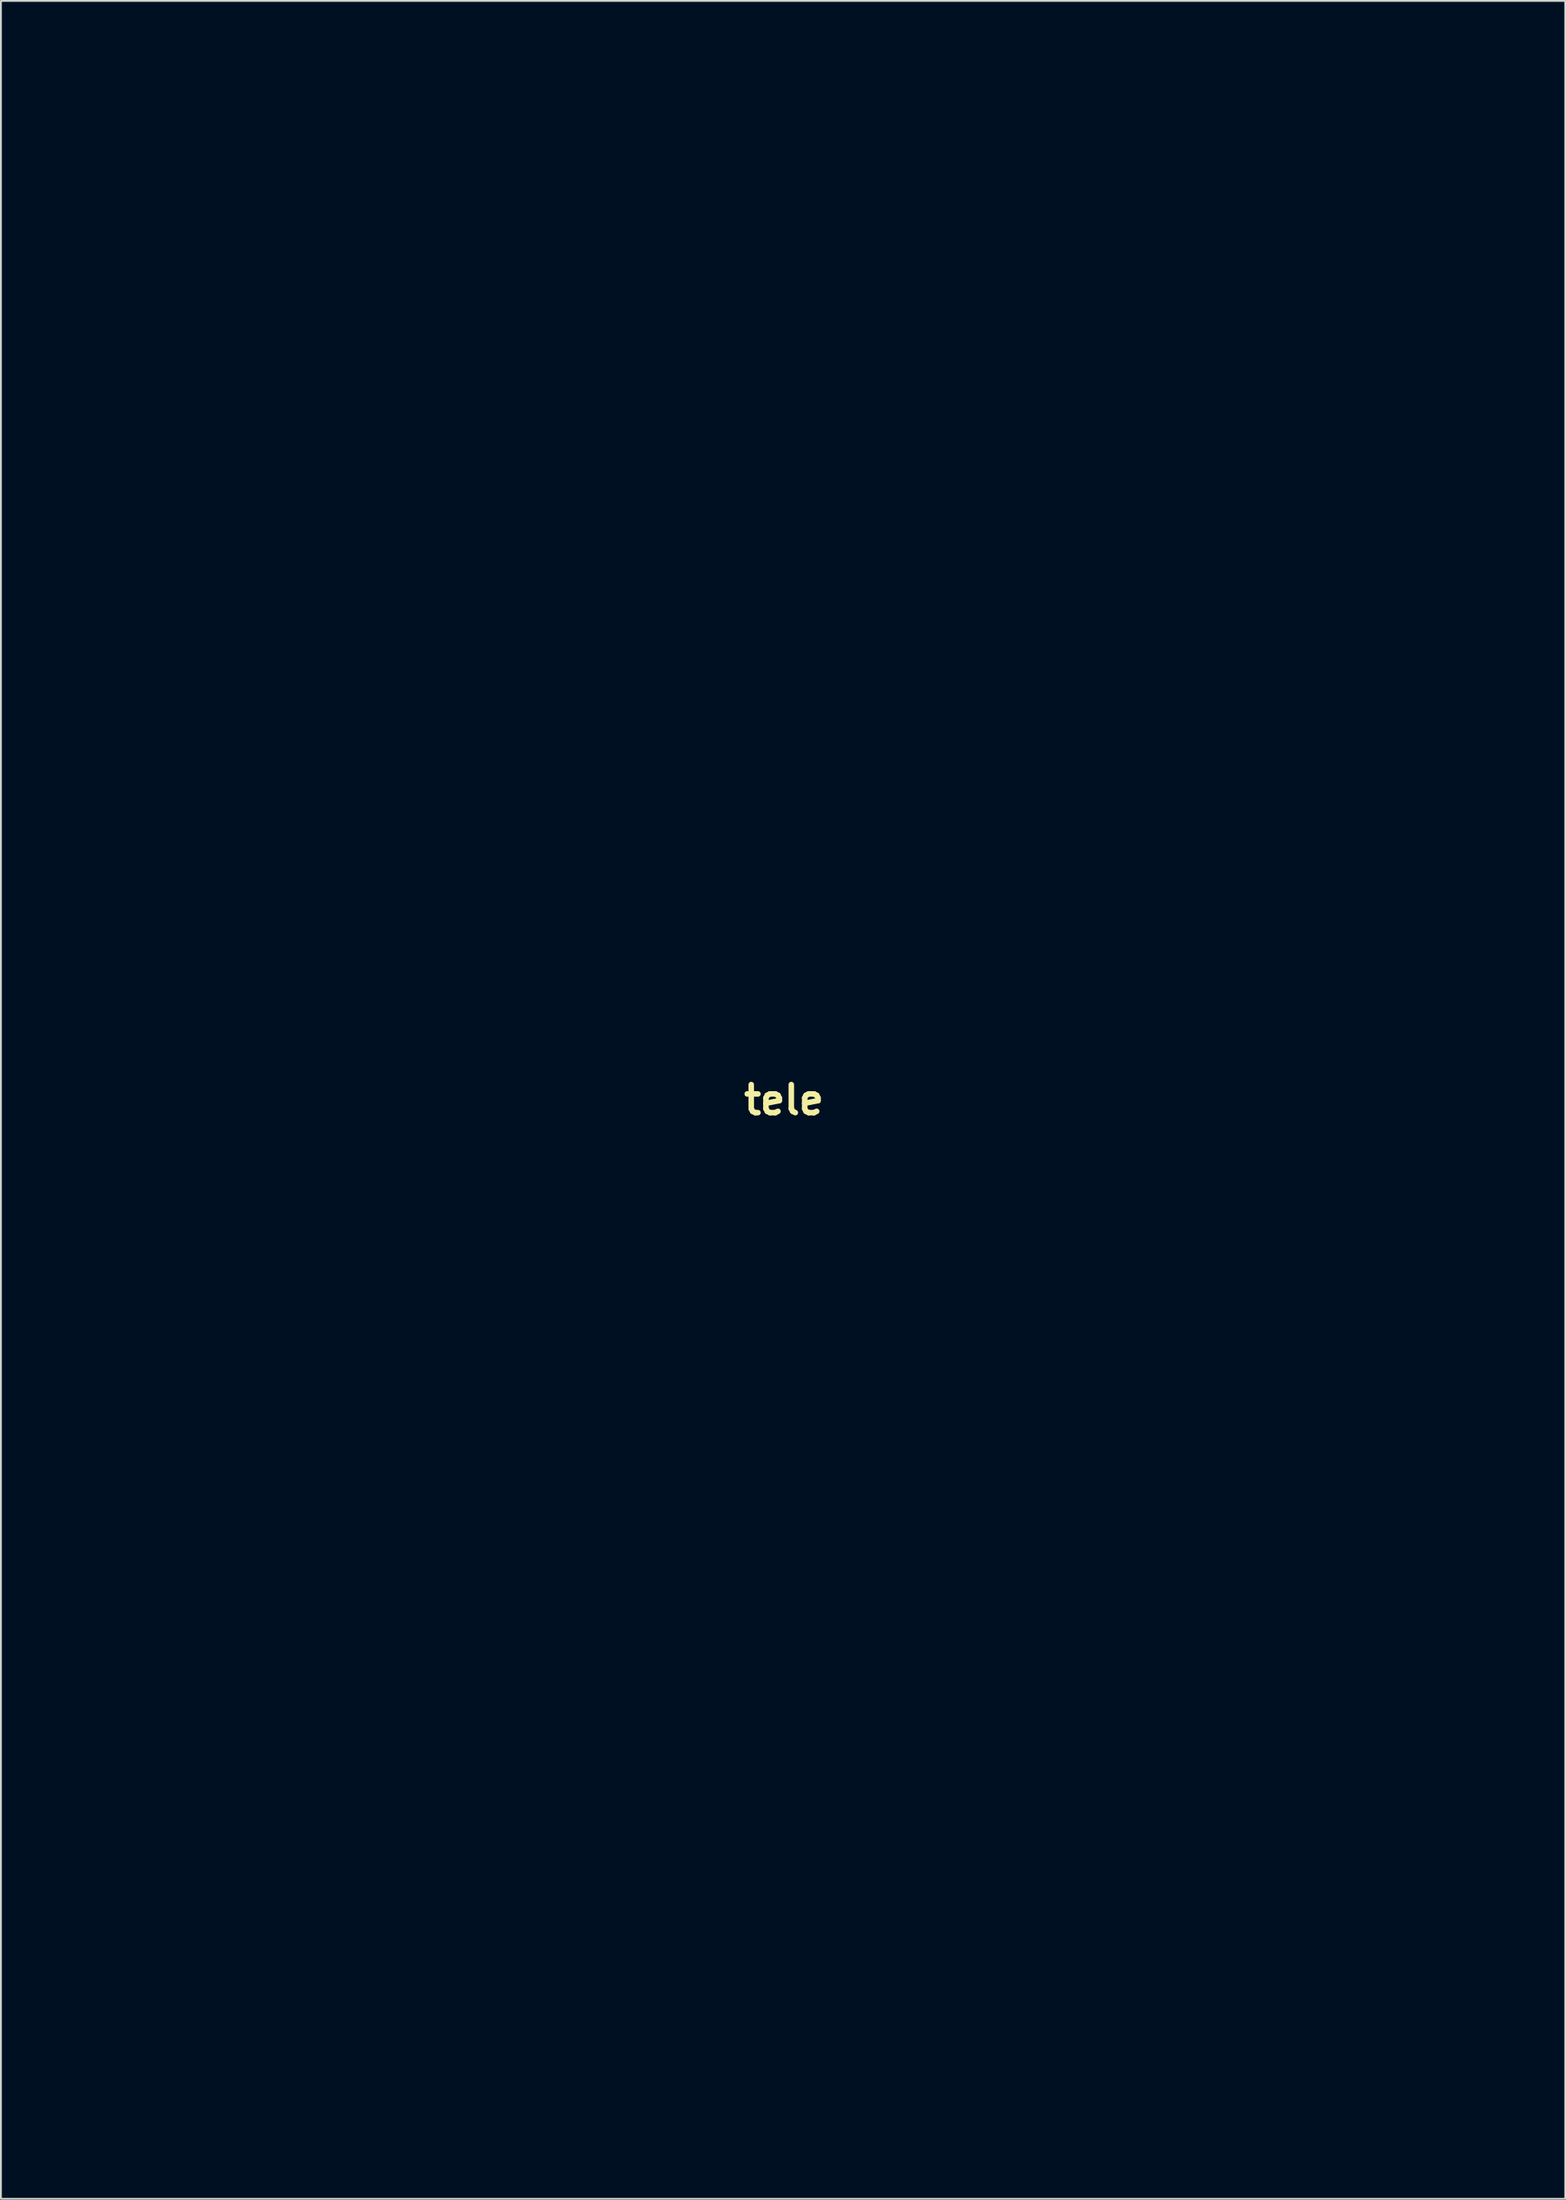
<source format=kicad_pcb>
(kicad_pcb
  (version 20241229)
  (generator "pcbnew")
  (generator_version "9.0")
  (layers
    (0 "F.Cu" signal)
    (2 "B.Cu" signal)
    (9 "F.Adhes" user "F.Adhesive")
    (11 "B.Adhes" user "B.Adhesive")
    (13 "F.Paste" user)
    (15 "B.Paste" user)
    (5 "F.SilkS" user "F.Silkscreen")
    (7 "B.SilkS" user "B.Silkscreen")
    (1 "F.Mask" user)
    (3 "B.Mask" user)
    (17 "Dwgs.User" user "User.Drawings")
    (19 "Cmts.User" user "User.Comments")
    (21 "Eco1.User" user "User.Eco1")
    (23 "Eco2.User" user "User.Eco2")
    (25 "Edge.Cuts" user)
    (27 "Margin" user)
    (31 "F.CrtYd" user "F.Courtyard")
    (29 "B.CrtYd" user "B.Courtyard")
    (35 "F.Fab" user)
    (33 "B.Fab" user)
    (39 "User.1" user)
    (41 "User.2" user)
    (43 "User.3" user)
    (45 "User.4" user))
  (footprint "tele"
    (layer "F.Cu")
    (at 39.548 56.681)
    (property "Reference" "tele" (at 0 0 0) (layer "F.SilkS") (effects (font (size 1.524 1.524) (thickness 0.3))))
    (attr through_hole)
    (fp_poly (pts (xy -1.022 -9.979) (xy -0.535 -9.625) (xy -0.134 -9.043) (xy 0 -8.556) (xy -0.186 -7.978) (xy -0.628 -7.402) (xy -1.151 -7.025) (xy -1.404 -6.973) (xy -1.954 -7.079) (xy -2.139 -7.137) (xy -2.776 -7.596) (xy -3.165 -8.301) (xy -3.2 -8.544) (xy -2.141 -8.544) (xy -1.955 -8.194) (xy -1.568 -8.085) (xy -1.253 -8.349) (xy -1.203 -8.574) (xy -1.425 -8.936) (xy -1.671 -9.04) (xy -2.046 -8.925) (xy -2.141 -8.544) (xy -3.2 -8.544) (xy -3.208 -8.607) (xy -2.984 -9.232) (xy -2.446 -9.807) (xy -1.795 -10.138) (xy -1.604 -10.16) (xy -1.022 -9.979)) (stroke (width 0.01) (type solid)) (fill no) (layer "Eco2.User"))
    (fp_poly (pts (xy -8.28 -56.439) (xy -7.405 -55.787) (xy -6.989 -55.078) (xy -6.903 -54.658) (xy -6.99 -54.151) (xy -7.287 -53.435) (xy -7.818 -52.412) (xy -8.902 -50.415) (xy -7.48 -49.142) (xy -6.658 -48.453) (xy -6.113 -48.124) (xy -5.773 -48.114) (xy -5.719 -48.151) (xy -5.17 -48.372) (xy -4.895 -48.382) (xy -4.428 -48.36) (xy -4.27 -48.457) (xy -4.453 -48.73) (xy -5.005 -49.238) (xy -5.619 -49.755) (xy -6.556 -50.563) (xy -7.131 -51.156) (xy -7.409 -51.639) (xy -7.427 -51.832) (xy -6.818 -51.832) (xy -5.882 -51.011) (xy -5.06 -50.288) (xy -4.214 -49.541) (xy -4.057 -49.401) (xy -2.418 -47.997) (xy -1.11 -46.993) (xy -0.12 -46.38) (xy 0.535 -46.151) (xy 1.225 -45.997) (xy 1.668 -45.79) (xy 2.998 -44.742) (xy 4.273 -43.754) (xy 5.424 -42.879) (xy 6.381 -42.168) (xy 7.074 -41.674) (xy 7.434 -41.45) (xy 7.462 -41.442) (xy 7.782 -41.623) (xy 8.073 -41.91) (xy 8.42 -42.356) (xy 8.557 -42.732) (xy 8.441 -43.123) (xy 8.026 -43.615) (xy 7.269 -44.292) (xy 6.489 -44.94) (xy 5.299 -45.954) (xy 4.039 -47.082) (xy 2.904 -48.151) (xy 2.406 -48.645) (xy 1.456 -49.555) (xy 0.247 -50.63) (xy -1.049 -51.717) (xy -1.984 -52.458) (xy -3.093 -53.302) (xy -3.867 -53.858) (xy -4.391 -54.168) (xy -4.748 -54.276) (xy -5.024 -54.224) (xy -5.219 -54.114) (xy -5.731 -53.624) (xy -6.236 -52.914) (xy -6.311 -52.782) (xy -6.818 -51.832) (xy -7.427 -51.832) (xy -7.455 -52.117) (xy -7.375 -52.545) (xy -7.099 -53.097) (xy -6.577 -53.788) (xy -5.936 -54.481) (xy -5.307 -55.041) (xy -4.818 -55.331) (xy -4.73 -55.345) (xy -4.381 -55.18) (xy -3.712 -54.729) (xy -2.804 -54.059) (xy -1.741 -53.236) (xy -0.604 -52.325) (xy 0.525 -51.394) (xy 1.564 -50.509) (xy 2.43 -49.736) (xy 3.041 -49.141) (xy 3.24 -48.913) (xy 3.721 -48.39) (xy 4.519 -47.644) (xy 5.524 -46.772) (xy 6.624 -45.873) (xy 6.648 -45.854) (xy 7.906 -44.828) (xy 8.757 -44.028) (xy 9.237 -43.382) (xy 9.385 -42.817) (xy 9.235 -42.261) (xy 8.827 -41.641) (xy 8.802 -41.61) (xy 8.348 -41.068) (xy 7.945 -40.746) (xy 7.511 -40.666) (xy 6.961 -40.847) (xy 6.213 -41.312) (xy 5.182 -42.079) (xy 4.393 -42.695) (xy 3.008 -43.769) (xy 1.972 -44.538) (xy 1.219 -45.039) (xy 0.684 -45.308) (xy 0.302 -45.379) (xy 0.01 -45.288) (xy -0.133 -45.186) (xy -0.402 -44.88) (xy -0.286 -44.563) (xy -0.108 -44.355) (xy 0.174 -43.824) (xy 0.173 -43.452) (xy 0.248 -43.149) (xy 0.667 -42.658) (xy 1.464 -41.946) (xy 2.673 -40.978) (xy 2.747 -40.92) (xy 4.01 -39.932) (xy 5.334 -38.878) (xy 6.548 -37.896) (xy 7.353 -37.23) (xy 8.605 -36.186) (xy 10.056 -34.99) (xy 11.597 -33.731) (xy 13.12 -32.498) (xy 14.514 -31.379) (xy 15.671 -30.462) (xy 16.196 -30.053) (xy 16.805 -29.575) (xy 17.773 -28.802) (xy 19.043 -27.78) (xy 20.561 -26.553) (xy 22.271 -25.168) (xy 24.119 -23.668) (xy 26.048 -22.099) (xy 28.005 -20.505) (xy 29.933 -18.932) (xy 31.777 -17.425) (xy 33.483 -16.028) (xy 34.995 -14.787) (xy 36.257 -13.747) (xy 37.214 -12.952) (xy 37.792 -12.464) (xy 38.579 -11.774) (xy 39.115 -11.207) (xy 39.403 -10.666) (xy 39.446 -10.054) (xy 39.246 -9.274) (xy 38.805 -8.229) (xy 38.125 -6.822) (xy 37.943 -6.451) (xy 37.164 -4.962) (xy 36.426 -3.789) (xy 35.594 -2.738) (xy 34.664 -1.75) (xy 33.519 -0.665) (xy 32.322 0.35) (xy 31.163 1.229) (xy 30.134 1.906) (xy 29.325 2.315) (xy 28.935 2.406) (xy 28.635 2.243) (xy 27.96 1.775) (xy 27.545 1.471) (xy 28.608 1.471) (xy 28.742 1.604) (xy 28.876 1.471) (xy 28.742 1.337) (xy 28.608 1.471) (xy 27.545 1.471) (xy 26.95 1.033) (xy 25.646 0.047) (xy 24.089 -1.151) (xy 22.318 -2.529) (xy 20.376 -4.058) (xy 18.302 -5.705) (xy 17.399 -6.427) (xy 14.792 -8.508) (xy 12.574 -10.267) (xy 10.718 -11.722) (xy 9.202 -12.891) (xy 8 -13.792) (xy 7.088 -14.445) (xy 6.441 -14.866) (xy 6.036 -15.075) (xy 5.87 -15.102) (xy 5.3 -15.127) (xy 4.684 -15.395) (xy 4.441 -15.532) (xy 7.505 -15.532) (xy 7.709 -15.314) (xy 8.253 -14.836) (xy 9.056 -14.166) (xy 10.037 -13.373) (xy 10.112 -13.314) (xy 10.934 -12.657) (xy 12.104 -11.719) (xy 13.553 -10.555) (xy 15.213 -9.22) (xy 17.016 -7.768) (xy 18.894 -6.254) (xy 20.454 -4.996) (xy 22.451 -3.395) (xy 24.204 -2.012) (xy 25.684 -0.871) (xy 26.86 0.008) (xy 27.704 0.601) (xy 28.187 0.889) (xy 28.294 0.899) (xy 28.594 0.634) (xy 29.14 0.535) (xy 29.722 0.628) (xy 30 0.833) (xy 30.235 0.805) (xy 30.787 0.492) (xy 31.566 -0.05) (xy 32.17 -0.514) (xy 33.112 -1.276) (xy 33.686 -1.792) (xy 33.952 -2.134) (xy 33.97 -2.379) (xy 33.831 -2.569) (xy 33.463 -3.074) (xy 33.566 -3.491) (xy 33.833 -3.753) (xy 34.262 -3.953) (xy 34.555 -3.785) (xy 34.944 -3.511) (xy 35.076 -3.476) (xy 35.355 -3.695) (xy 35.805 -4.279) (xy 36.355 -5.114) (xy 36.934 -6.088) (xy 37.471 -7.088) (xy 37.805 -7.791) (xy 38.153 -8.612) (xy 38.286 -9.049) (xy 38.215 -9.2) (xy 37.98 -9.172) (xy 37.451 -9.222) (xy 37.228 -9.654) (xy 37.299 -10.162) (xy 37.633 -10.62) (xy 38.1 -10.617) (xy 38.498 -10.227) (xy 38.714 -9.92) (xy 38.735 -10.098) (xy 38.708 -10.29) (xy 38.648 -10.452) (xy 38.491 -10.677) (xy 38.206 -10.989) (xy 37.766 -11.412) (xy 37.141 -11.972) (xy 36.303 -12.692) (xy 35.221 -13.598) (xy 33.868 -14.714) (xy 32.213 -16.065) (xy 30.229 -17.675) (xy 27.885 -19.569) (xy 25.154 -21.771) (xy 25.077 -21.833) (xy 23.39 -23.181) (xy 21.828 -24.406) (xy 20.441 -25.472) (xy 19.28 -26.34) (xy 18.393 -26.975) (xy 17.831 -27.337) (xy 17.649 -27.407) (xy 17.397 -27.159) (xy 16.862 -26.573) (xy 16.098 -25.709) (xy 15.156 -24.631) (xy 14.092 -23.4) (xy 12.957 -22.079) (xy 11.804 -20.73) (xy 10.688 -19.415) (xy 9.661 -18.196) (xy 8.776 -17.136) (xy 8.086 -16.297) (xy 7.645 -15.74) (xy 7.505 -15.532) (xy 4.441 -15.532) (xy 4.171 -15.684) (xy 3.825 -15.651) (xy 3.474 -15.372) (xy 3.155 -15.126) (xy 2.86 -15.099) (xy 2.443 -15.335) (xy 1.765 -15.872) (xy 1.084 -16.398) (xy 0.56 -16.745) (xy 0.356 -16.829) (xy 0.058 -16.628) (xy -0.386 -16.153) (xy -0.468 -16.052) (xy -1.069 -15.29) (xy 4.611 -11.079) (xy 6.148 -9.947) (xy 7.56 -8.921) (xy 8.787 -8.045) (xy 9.766 -7.363) (xy 10.437 -6.917) (xy 10.73 -6.753) (xy 11.201 -6.799) (xy 11.349 -6.928) (xy 11.791 -7.202) (xy 12.437 -7.105) (xy 13.135 -6.667) (xy 13.256 -6.554) (xy 13.679 -6.086) (xy 13.769 -5.716) (xy 13.559 -5.192) (xy 13.469 -5.017) (xy 12.671 -3.703) (xy 11.901 -2.917) (xy 11.146 -2.651) (xy 10.393 -2.9) (xy 9.931 -3.302) (xy 9.532 -3.862) (xy 9.53 -4.049) (xy 10.373 -4.049) (xy 10.495 -3.783) (xy 11.066 -3.493) (xy 11.667 -3.737) (xy 12.232 -4.411) (xy 12.722 -5.341) (xy 12.784 -5.972) (xy 12.423 -6.324) (xy 11.918 -6.274) (xy 11.354 -5.881) (xy 10.838 -5.286) (xy 10.475 -4.628) (xy 10.373 -4.049) (xy 9.53 -4.049) (xy 9.526 -4.395) (xy 9.587 -4.578) (xy 9.641 -4.796) (xy 9.601 -5.025) (xy 9.419 -5.308) (xy 9.047 -5.689) (xy 8.44 -6.21) (xy 7.549 -6.915) (xy 6.327 -7.847) (xy 4.727 -9.048) (xy 4.529 -9.196) (xy 2.694 -10.571) (xy 1.244 -11.657) (xy 0.134 -12.482) (xy -0.68 -13.075) (xy -1.243 -13.465) (xy -1.601 -13.68) (xy -1.798 -13.748) (xy -1.88 -13.698) (xy -1.89 -13.558) (xy -1.875 -13.357) (xy -1.872 -13.254) (xy -1.725 -12.71) (xy -1.221 -12.184) (xy -0.735 -11.845) (xy -0.098 -11.408) (xy 0.828 -10.737) (xy 1.922 -9.923) (xy 3.065 -9.057) (xy 4.136 -8.23) (xy 5.017 -7.533) (xy 5.587 -7.056) (xy 5.597 -7.047) (xy 5.821 -6.738) (xy 5.683 -6.39) (xy 5.464 -6.13) (xy 5.174 -5.775) (xy 5.148 -5.5) (xy 5.439 -5.157) (xy 5.949 -4.718) (xy 6.535 -4.148) (xy 6.892 -3.651) (xy 6.943 -3.476) (xy 6.772 -2.903) (xy 6.394 -2.458) (xy 5.974 -2.331) (xy 5.949 -2.338) (xy 5.795 -2.257) (xy 5.693 -1.848) (xy 5.636 -1.046) (xy 5.615 0.214) (xy 5.615 0.474) (xy 5.615 3.398) (xy 6.445 3.638) (xy 6.591 3.692) (xy 6.741 3.788) (xy 6.91 3.956) (xy 7.111 4.226) (xy 7.359 4.625) (xy 7.667 5.185) (xy 8.049 5.933) (xy 8.52 6.899) (xy 9.094 8.114) (xy 9.784 9.605) (xy 10.604 11.403) (xy 11.569 13.536) (xy 12.693 16.034) (xy 13.989 18.927) (xy 15.471 22.243) (xy 17.154 26.013) (xy 17.537 26.871) (xy 19.279 30.777) (xy 20.815 34.226) (xy 22.157 37.248) (xy 23.318 39.874) (xy 24.311 42.133) (xy 25.148 44.057) (xy 25.843 45.675) (xy 26.408 47.018) (xy 26.856 48.116) (xy 27.2 49.001) (xy 27.452 49.701) (xy 27.626 50.248) (xy 27.734 50.671) (xy 27.788 51.002) (xy 27.803 51.25) (xy 27.715 52.561) (xy 27.457 53.479) (xy 27.047 53.953) (xy 26.81 54.007) (xy 26.298 53.874) (xy 25.737 53.453) (xy 25.1 52.704) (xy 24.358 51.589) (xy 23.485 50.069) (xy 22.453 48.106) (xy 22.013 47.234) (xy 21.433 46.07) (xy 20.677 44.542) (xy 19.767 42.696) (xy 18.727 40.579) (xy 17.578 38.238) (xy 16.345 35.722) (xy 15.05 33.075) (xy 13.716 30.346) (xy 12.366 27.582) (xy 11.024 24.83) (xy 9.711 22.136) (xy 8.451 19.548) (xy 7.266 17.113) (xy 6.181 14.877) (xy 5.217 12.888) (xy 4.398 11.193) (xy 3.746 9.839) (xy 3.285 8.874) (xy 3.044 8.355) (xy 2.642 7.543) (xy 2.3 7.118) (xy 1.98 6.994) (xy 3.428 6.994) (xy 10.048 20.542) (xy 11.447 23.405) (xy 12.916 26.409) (xy 14.412 29.467) (xy 15.893 32.49) (xy 17.314 35.392) (xy 18.633 38.084) (xy 19.808 40.478) (xy 20.794 42.487) (xy 20.872 42.645) (xy 22.223 45.377) (xy 23.362 47.643) (xy 24.303 49.464) (xy 25.056 50.858) (xy 25.635 51.845) (xy 26.05 52.447) (xy 26.315 52.682) (xy 26.442 52.571) (xy 26.441 52.133) (xy 26.386 51.726) (xy 26.186 50.987) (xy 25.819 50.005) (xy 25.637 49.597) (xy 26.469 49.597) (xy 26.603 49.731) (xy 26.737 49.597) (xy 26.603 49.463) (xy 26.469 49.597) (xy 25.637 49.597) (xy 25.423 49.119) (xy 25.332 48.928) (xy 26.202 48.928) (xy 26.3 49.148) (xy 26.38 49.107) (xy 26.412 48.789) (xy 26.38 48.75) (xy 26.221 48.787) (xy 26.202 48.928) (xy 25.332 48.928) (xy 25.011 48.26) (xy 25.935 48.26) (xy 26.068 48.394) (xy 26.202 48.26) (xy 26.068 48.126) (xy 25.935 48.26) (xy 25.011 48.26) (xy 24.907 48.044) (xy 24.292 46.741) (xy 23.701 45.471) (xy 23.631 45.319) (xy 23.18 44.35) (xy 22.558 43.032) (xy 21.829 41.497) (xy 21.055 39.88) (xy 20.52 38.768) (xy 19.742 37.144) (xy 18.957 35.483) (xy 18.23 33.928) (xy 17.628 32.618) (xy 17.328 31.951) (xy 16.807 30.792) (xy 16.304 29.711) (xy 15.898 28.874) (xy 15.761 28.608) (xy 15.463 28.024) (xy 14.998 27.073) (xy 14.423 25.877) (xy 13.797 24.554) (xy 13.629 24.197) (xy 12.98 22.814) (xy 12.35 21.48) (xy 11.804 20.332) (xy 11.408 19.504) (xy 11.35 19.384) (xy 10.981 18.619) (xy 10.454 17.516) (xy 9.84 16.22) (xy 9.206 14.878) (xy 9.188 14.839) (xy 8.429 13.229) (xy 7.566 11.401) (xy 6.721 9.612) (xy 6.178 8.466) (xy 4.986 5.949) (xy 5.968 5.949) (xy 6.108 6.247) (xy 6.456 6.983) (xy 6.99 8.111) (xy 7.691 9.585) (xy 8.535 11.36) (xy 9.502 13.392) (xy 10.569 15.634) (xy 11.716 18.041) (xy 12.356 19.384) (xy 13.686 22.178) (xy 15.069 25.087) (xy 16.464 28.026) (xy 17.831 30.91) (xy 19.129 33.653) (xy 20.318 36.169) (xy 21.357 38.372) (xy 22.195 40.156) (xy 23.074 42.024) (xy 23.881 43.722) (xy 24.588 45.194) (xy 25.167 46.383) (xy 25.59 47.231) (xy 25.831 47.682) (xy 25.876 47.74) (xy 25.784 47.488) (xy 25.492 46.786) (xy 25.015 45.675) (xy 24.373 44.193) (xy 23.581 42.38) (xy 22.657 40.274) (xy 21.617 37.915) (xy 20.48 35.342) (xy 19.262 32.595) (xy 18.306 30.444) (xy 16.515 26.417) (xy 14.928 22.851) (xy 13.532 19.717) (xy 12.314 16.988) (xy 11.26 14.635) (xy 10.358 12.631) (xy 9.593 10.948) (xy 8.953 9.558) (xy 8.424 8.433) (xy 7.993 7.545) (xy 7.647 6.865) (xy 7.372 6.367) (xy 7.155 6.022) (xy 6.983 5.802) (xy 6.842 5.679) (xy 6.72 5.626) (xy 6.602 5.613) (xy 6.49 5.615) (xy 6.008 5.719) (xy 5.968 5.949) (xy 4.986 5.949) (xy 4.679 5.302) (xy 4.054 6.148) (xy 3.428 6.994) (xy 1.98 6.994) (xy 1.902 6.964) (xy 1.669 6.952) (xy 0.925 6.952) (xy -1.545 20.489) (xy -2.031 23.131) (xy -2.498 25.629) (xy -2.936 27.932) (xy -3.335 29.986) (xy -3.683 31.739) (xy -3.972 33.138) (xy -4.19 34.131) (xy -4.327 34.665) (xy -4.349 34.726) (xy -4.818 35.301) (xy -5.399 35.511) (xy -5.93 35.323) (xy -6.121 35.078) (xy -6.182 34.942) (xy -6.229 34.757) (xy -6.26 34.482) (xy -6.272 34.144) (xy -5.453 34.144) (xy -5.439 34.551) (xy -5.434 34.567) (xy -5.291 34.678) (xy -5.136 34.525) (xy -4.956 34.06) (xy -4.738 33.237) (xy -4.471 32.012) (xy -4.141 30.338) (xy -3.859 28.838) (xy -3.531 27.057) (xy -3.209 25.286) (xy -2.917 23.656) (xy -2.677 22.301) (xy -2.527 21.423) (xy -2.34 20.341) (xy -2.169 19.428) (xy -2.044 18.841) (xy -2.019 18.75) (xy -1.935 18.367) (xy -1.781 17.56) (xy -1.572 16.427) (xy -1.327 15.063) (xy -1.062 13.566) (xy -0.794 12.033) (xy -0.54 10.559) (xy -0.317 9.242) (xy -0.141 8.178) (xy -0.031 7.464) (xy 0 7.208) (xy -0.245 7.082) (xy -0.889 6.99) (xy -1.797 6.952) (xy -1.872 6.952) (xy -2.851 6.964) (xy -3.413 7.025) (xy -3.674 7.172) (xy -3.749 7.442) (xy -3.753 7.553) (xy -3.776 8.045) (xy -3.831 8.944) (xy -3.909 10.122) (xy -4.004 11.455) (xy -4.007 11.497) (xy -4.285 15.352) (xy -4.538 18.941) (xy -4.764 22.234) (xy -4.961 25.201) (xy -5.128 27.814) (xy -5.262 30.044) (xy -5.362 31.862) (xy -5.426 33.239) (xy -5.453 34.144) (xy -6.272 34.144) (xy -6.274 34.08) (xy -6.268 33.509) (xy -6.241 32.732) (xy -6.19 31.707) (xy -6.113 30.396) (xy -6.008 28.759) (xy -5.874 26.756) (xy -5.708 24.349) (xy -5.508 21.497) (xy -5.273 18.161) (xy -5.208 17.248) (xy -5.053 15.048) (xy -4.911 13.005) (xy -4.786 11.182) (xy -4.683 9.645) (xy -4.606 8.458) (xy -4.558 7.686) (xy -4.545 7.404) (xy -4.676 7.053) (xy -5.152 6.989) (xy -5.273 7.001) (xy -5.389 7.005) (xy -5.489 7.004) (xy -5.59 7.023) (xy -5.708 7.087) (xy -5.86 7.221) (xy -6.062 7.45) (xy -6.331 7.8) (xy -6.682 8.295) (xy -7.133 8.96) (xy -7.7 9.82) (xy -8.4 10.901) (xy -9.248 12.227) (xy -10.262 13.824) (xy -11.457 15.716) (xy -12.851 17.929) (xy -14.46 20.487) (xy -16.299 23.417) (xy -18.387 26.742) (xy -20.739 30.487) (xy -21.405 31.549) (xy -23.843 35.429) (xy -26.014 38.881) (xy -27.935 41.929) (xy -29.623 44.598) (xy -31.093 46.915) (xy -32.363 48.903) (xy -33.449 50.589) (xy -34.367 51.997) (xy -35.133 53.153) (xy -35.765 54.081) (xy -36.278 54.808) (xy -36.689 55.357) (xy -37.015 55.755) (xy -37.271 56.027) (xy -37.475 56.197) (xy -37.503 56.216) (xy -38.304 56.591) (xy -39.015 56.668) (xy -39.392 56.504) (xy -39.543 56.202) (xy -39.529 55.715) (xy -39.436 55.374) (xy -38.501 55.374) (xy -38.489 55.506) (xy -38.43 55.525) (xy -38.287 55.379) (xy -38.025 55.018) (xy -37.609 54.39) (xy -37.003 53.444) (xy -36.171 52.128) (xy -35.503 51.067) (xy -34.991 50.247) (xy -34.229 49.016) (xy -33.244 47.418) (xy -32.064 45.499) (xy -30.716 43.305) (xy -29.229 40.879) (xy -27.629 38.268) (xy -25.946 35.516) (xy -25.074 34.089) (xy -24.063 34.089) (xy -23.929 34.223) (xy -23.796 34.089) (xy -23.929 33.956) (xy -24.063 34.089) (xy -25.074 34.089) (xy -24.584 33.287) (xy -23.528 33.287) (xy -23.395 33.421) (xy -23.261 33.287) (xy -23.395 33.154) (xy -23.528 33.287) (xy -24.584 33.287) (xy -24.328 32.869) (xy -23.195 32.869) (xy -23.159 32.886) (xy -22.915 32.698) (xy -22.86 32.619) (xy -22.792 32.369) (xy -22.828 32.352) (xy -23.072 32.54) (xy -23.127 32.619) (xy -23.195 32.869) (xy -24.328 32.869) (xy -24.205 32.669) (xy -23.767 31.951) (xy -22.726 31.951) (xy -22.593 32.084) (xy -22.459 31.951) (xy -22.593 31.817) (xy -22.726 31.951) (xy -23.767 31.951) (xy -23.277 31.148) (xy -22.192 31.148) (xy -22.058 31.282) (xy -21.924 31.148) (xy -22.058 31.015) (xy -22.192 31.148) (xy -23.277 31.148) (xy -23.022 30.73) (xy -21.859 30.73) (xy -21.822 30.747) (xy -21.578 30.559) (xy -21.523 30.48) (xy -21.455 30.23) (xy -21.492 30.213) (xy -21.736 30.401) (xy -21.791 30.48) (xy -21.859 30.73) (xy -23.022 30.73) (xy -22.542 29.945) (xy -22.461 29.812) (xy -21.389 29.812) (xy -21.256 29.945) (xy -21.122 29.812) (xy -21.256 29.678) (xy -21.389 29.812) (xy -22.461 29.812) (xy -22.206 29.393) (xy -21.057 29.393) (xy -21.02 29.411) (xy -20.776 29.222) (xy -20.721 29.143) (xy -20.653 28.893) (xy -20.689 28.876) (xy -20.933 29.064) (xy -20.988 29.143) (xy -21.057 29.393) (xy -22.206 29.393) (xy -21.653 28.487) (xy -20.492 28.487) (xy -20.472 28.608) (xy -20.258 28.403) (xy -20.053 28.074) (xy -19.881 27.66) (xy -19.9 27.539) (xy -20.115 27.744) (xy -20.32 28.074) (xy -20.492 28.487) (xy -21.653 28.487) (xy -20.901 27.254) (xy -19.72 27.254) (xy -19.683 27.272) (xy -19.439 27.083) (xy -19.384 27.004) (xy -19.316 26.754) (xy -19.353 26.737) (xy -19.597 26.925) (xy -19.652 27.004) (xy -19.72 27.254) (xy -20.901 27.254) (xy -20.348 26.348) (xy -19.155 26.348) (xy -19.136 26.469) (xy -18.921 26.265) (xy -18.716 25.935) (xy -18.544 25.521) (xy -18.563 25.4) (xy -18.778 25.605) (xy -18.983 25.935) (xy -19.155 26.348) (xy -20.348 26.348) (xy -20.006 25.788) (xy -19.515 24.982) (xy -18.34 24.982) (xy -18.277 25.016) (xy -18.257 24.999) (xy -18.048 24.713) (xy -17.593 24.03) (xy -16.93 23.009) (xy -16.095 21.707) (xy -15.127 20.183) (xy -14.063 18.493) (xy -13.616 17.78) (xy -11.893 15.025) (xy -10.436 12.69) (xy -9.225 10.74) (xy -8.241 9.145) (xy -7.464 7.87) (xy -6.875 6.883) (xy -6.453 6.152) (xy -6.179 5.643) (xy -6.033 5.324) (xy -5.995 5.163) (xy -6.007 5.134) (xy -6.242 5.098) (xy -6.245 5.102) (xy -6.395 5.34) (xy -6.788 5.979) (xy -7.393 6.965) (xy -8.174 8.241) (xy -9.099 9.754) (xy -10.133 11.448) (xy -11.244 13.268) (xy -12.397 15.159) (xy -13.559 17.065) (xy -14.696 18.931) (xy -15.775 20.703) (xy -16.761 22.325) (xy -17.622 23.741) (xy -18.141 24.598) (xy -18.34 24.982) (xy -19.515 24.982) (xy -17.739 22.069) (xy -15.73 18.768) (xy -13.969 15.869) (xy -12.444 13.352) (xy -11.145 11.199) (xy -10.06 9.392) (xy -9.181 7.912) (xy -8.494 6.742) (xy -7.99 5.863) (xy -7.658 5.256) (xy -7.487 4.904) (xy -7.466 4.788) (xy -7.584 4.89) (xy -7.831 5.191) (xy -8.196 5.673) (xy -8.312 5.829) (xy -8.814 6.464) (xy -9.205 6.871) (xy -9.341 6.952) (xy -9.657 6.806) (xy -10.244 6.435) (xy -10.672 6.135) (xy -11.8 5.318) (xy -11.532 4.864) (xy -10.491 4.864) (xy -10.423 5.174) (xy -10.24 5.407) (xy -9.831 5.776) (xy -9.609 5.882) (xy -9.359 5.682) (xy -8.912 5.16) (xy -8.448 4.545) (xy -7.853 3.877) (xy -6.417 3.877) (xy -6.283 4.011) (xy -6.149 3.877) (xy -6.283 3.743) (xy -6.417 3.877) (xy -7.853 3.877) (xy -7.621 3.616) (xy -6.821 3.206) (xy -5.999 3.305) (xy -5.184 3.835) (xy -4.717 4.276) (xy -4.62 4.597) (xy -4.842 5.012) (xy -4.902 5.097) (xy -5.225 5.624) (xy -5.347 5.942) (xy -5.095 6.013) (xy -4.4 6.074) (xy -3.352 6.12) (xy -2.044 6.145) (xy -1.245 6.149) (xy 2.857 6.149) (xy 3.969 4.832) (xy 4.085 4.684) (xy 5.945 4.684) (xy 6.215 4.993) (xy 6.465 5.08) (xy 6.573 4.927) (xy 6.411 4.672) (xy 6.085 4.392) (xy 5.951 4.387) (xy 5.945 4.684) (xy 4.085 4.684) (xy 4.481 4.185) (xy 4.824 3.598) (xy 5.019 2.955) (xy 5.086 2.137) (xy 5.045 1.028) (xy 4.916 -0.488) (xy 4.908 -0.574) (xy 4.74 -2.352) (xy 1.568 -2.542) (xy -0.118 -2.605) (xy -2.04 -2.619) (xy -3.902 -2.582) (xy -4.813 -2.54) (xy -8.021 -2.347) (xy -8.021 -0.655) (xy -7.982 0.25) (xy -7.879 0.925) (xy -7.754 1.203) (xy -7.479 1.585) (xy -7.642 1.994) (xy -8.174 2.287) (xy -8.277 2.31) (xy -8.97 2.638) (xy -9.653 3.384) (xy -9.869 3.7) (xy -10.317 4.424) (xy -10.491 4.864) (xy -11.532 4.864) (xy -11.282 4.441) (xy -10.8 3.645) (xy -10.34 2.916) (xy -10.319 2.883) (xy -10.042 2.388) (xy -10.089 2.145) (xy -10.263 2.054) (xy -10.46 2.142) (xy -10.784 2.535) (xy -11.257 3.267) (xy -11.897 4.373) (xy -12.727 5.886) (xy -13.765 7.84) (xy -13.974 8.238) (xy -14.623 9.475) (xy -15.494 11.136) (xy -16.56 13.17) (xy -17.796 15.527) (xy -19.175 18.157) (xy -20.671 21.01) (xy -22.257 24.034) (xy -23.907 27.181) (xy -25.594 30.4) (xy -27.294 33.641) (xy -27.898 34.794) (xy -29.499 37.851) (xy -31.027 40.777) (xy -32.463 43.536) (xy -33.79 46.091) (xy -34.989 48.41) (xy -36.042 50.456) (xy -36.932 52.194) (xy -37.64 53.59) (xy -38.148 54.608) (xy -38.437 55.213) (xy -38.501 55.374) (xy -39.436 55.374) (xy -39.332 54.993) (xy -38.933 53.987) (xy -38.314 52.646) (xy -37.455 50.921) (xy -36.856 49.755) (xy -36.316 48.717) (xy -35.549 47.246) (xy -34.575 45.383) (xy -33.416 43.167) (xy -32.093 40.639) (xy -30.626 37.839) (xy -29.038 34.808) (xy -27.349 31.587) (xy -25.58 28.214) (xy -23.752 24.731) (xy -21.888 21.177) (xy -20.007 17.594) (xy -18.131 14.022) (xy -16.281 10.501) (xy -14.478 7.07) (xy -13.043 4.34) (xy -12.236 2.837) (xy -11.601 1.751) (xy -11.08 1.017) (xy -10.618 0.569) (xy -10.157 0.341) (xy -9.64 0.269) (xy -9.522 0.267) (xy -9.153 0.232) (xy -8.942 0.043) (xy -8.834 -0.421) (xy -8.775 -1.285) (xy -8.769 -1.404) (xy -8.689 -3.075) (xy -7.085 -3.208) (xy -5.481 -3.342) (xy -5.317 -5.395) (xy -4.384 -5.395) (xy -4.357 -4.318) (xy -4.306 -3.543) (xy -4.127 -3.381) (xy -3.581 -3.276) (xy -2.61 -3.221) (xy -1.471 -3.208) (xy 1.337 -3.208) (xy 1.33 -3.339) (xy 3.324 -3.339) (xy 3.546 -3.226) (xy 4.022 -3.208) (xy 4.583 -3.228) (xy 4.797 -3.276) (xy 4.79 -3.284) (xy 4.509 -3.49) (xy 4.247 -3.688) (xy 3.827 -3.871) (xy 3.479 -3.613) (xy 3.324 -3.339) (xy 1.33 -3.339) (xy 1.221 -5.34) (xy 1.115 -7.004) (xy 0.992 -8.22) (xy 0.831 -9.071) (xy 0.804 -9.143) (xy 1.577 -9.143) (xy 1.746 -7.045) (xy 1.867 -5.709) (xy 1.981 -4.845) (xy 2.099 -4.39) (xy 2.209 -4.278) (xy 2.403 -4.473) (xy 2.759 -4.904) (xy 4.28 -4.904) (xy 4.386 -4.674) (xy 4.806 -4.246) (xy 5.08 -4.011) (xy 5.762 -3.501) (xy 6.072 -3.358) (xy 5.987 -3.558) (xy 5.481 -4.078) (xy 5.306 -4.237) (xy 4.745 -4.688) (xy 4.359 -4.907) (xy 4.28 -4.904) (xy 2.759 -4.904) (xy 2.822 -4.981) (xy 3.309 -5.605) (xy 3.817 -6.329) (xy 4.132 -6.892) (xy 4.188 -7.148) (xy 3.911 -7.413) (xy 3.338 -7.868) (xy 2.816 -8.254) (xy 1.577 -9.143) (xy 0.804 -9.143) (xy 0.611 -9.646) (xy 0.311 -10.028) (xy 0.002 -10.25) (xy -1.099 -10.656) (xy -2.226 -10.664) (xy -3.213 -10.288) (xy -3.593 -9.969) (xy -4.045 -9.356) (xy -4.158 -8.722) (xy -4.104 -8.231) (xy -4.058 -7.588) (xy -4.142 -7.24) (xy -4.188 -7.219) (xy -4.296 -6.974) (xy -4.362 -6.323) (xy -4.384 -5.395) (xy -5.317 -5.395) (xy -5.289 -5.748) (xy -5.207 -6.904) (xy -5.193 -7.651) (xy -5.265 -8.114) (xy -5.437 -8.417) (xy -5.655 -8.624) (xy -5.983 -8.863) (xy -6.261 -8.877) (xy -6.616 -8.609) (xy -7.176 -8) (xy -7.272 -7.891) (xy -7.917 -7.211) (xy -8.361 -6.903) (xy -8.711 -6.899) (xy -8.8 -6.939) (xy -9.036 -6.977) (xy -9.352 -6.825) (xy -9.804 -6.433) (xy -10.448 -5.747) (xy -11.341 -4.717) (xy -11.854 -4.109) (xy -12.759 -3.001) (xy -13.526 -2.012) (xy -14.094 -1.223) (xy -14.401 -0.717) (xy -14.438 -0.601) (xy -14.608 -0.081) (xy -14.885 0.318) (xy -15.141 0.665) (xy -15.108 0.973) (xy -14.745 1.422) (xy -14.584 1.591) (xy -14.142 2.156) (xy -13.99 2.707) (xy -14.15 3.344) (xy -14.646 4.17) (xy -15.39 5.147) (xy -16.248 6.101) (xy -16.979 6.595) (xy -17.685 6.655) (xy -18.465 6.305) (xy -18.865 6.022) (xy -19.44 5.628) (xy -19.747 5.57) (xy -19.884 5.755) (xy -20.255 6.071) (xy -20.889 6.125) (xy -21.579 5.915) (xy -21.781 5.789) (xy -22.114 5.383) (xy -22.158 4.753) (xy -22.121 4.478) (xy -22.089 3.727) (xy -22.364 3.179) (xy -22.614 2.921) (xy -23.067 2.343) (xy -23.261 1.793) (xy -23.261 1.782) (xy -23.249 1.746) (xy -22.459 1.746) (xy -22.258 2.075) (xy -21.724 2.628) (xy -20.961 3.318) (xy -20.074 4.063) (xy -19.166 4.776) (xy -18.342 5.373) (xy -17.705 5.768) (xy -17.394 5.882) (xy -16.988 5.68) (xy -16.403 5.149) (xy -15.807 4.454) (xy -15.248 3.689) (xy -14.852 3.071) (xy -14.705 2.74) (xy -14.896 2.461) (xy -15.404 1.935) (xy -16.128 1.251) (xy -16.97 0.497) (xy -17.83 -0.236) (xy -18.099 -0.451) (xy -16.955 -0.451) (xy -16.801 -0.082) (xy -16.505 0.128) (xy -16.139 -0.052) (xy -15.995 -0.176) (xy -15.658 -0.551) (xy -15.725 -0.846) (xy -15.916 -1.052) (xy -16.274 -1.319) (xy -16.558 -1.167) (xy -16.722 -0.958) (xy -16.955 -0.451) (xy -18.099 -0.451) (xy -18.61 -0.861) (xy -19.139 -1.242) (xy -19.69 -1.484) (xy -20.053 -1.47) (xy -20.437 -1.119) (xy -20.97 -0.499) (xy -21.544 0.245) (xy -22.052 0.97) (xy -22.386 1.532) (xy -22.459 1.746) (xy -23.249 1.746) (xy -23.091 1.266) (xy -22.649 0.507) (xy -22.039 -0.353) (xy -21.364 -1.174) (xy -20.727 -1.818) (xy -20.449 -2.033) (xy -19.991 -2.284) (xy -19.595 -2.284) (xy -19.036 -2.016) (xy -18.831 -1.896) (xy -17.87 -1.329) (xy -17.492 -1.643) (xy -15.498 -1.643) (xy -15.349 -1.685) (xy -14.983 -2.027) (xy -14.369 -2.701) (xy -13.475 -3.739) (xy -12.675 -4.688) (xy -11.785 -5.769) (xy -11.045 -6.702) (xy -10.512 -7.414) (xy -10.242 -7.831) (xy -10.223 -7.906) (xy -10.425 -7.758) (xy -10.894 -7.283) (xy -11.555 -6.564) (xy -12.336 -5.688) (xy -13.161 -4.739) (xy -13.959 -3.801) (xy -14.654 -2.961) (xy -15.174 -2.302) (xy -15.445 -1.909) (xy -15.463 -1.869) (xy -15.498 -1.643) (xy -17.492 -1.643) (xy -16.809 -2.211) (xy -16.231 -2.751) (xy -15.416 -3.593) (xy -14.466 -4.628) (xy -13.483 -5.746) (xy -13.359 -5.891) (xy -12.411 -7.006) (xy -11.769 -7.789) (xy -11.393 -8.311) (xy -11.277 -8.567) (xy -9.766 -8.567) (xy -9.4 -8.318) (xy -8.881 -8.543) (xy -8.201 -9.236) (xy -7.717 -9.969) (xy -7.656 -10.466) (xy -8.019 -10.687) (xy -8.157 -10.695) (xy -8.547 -10.498) (xy -9.026 -10.017) (xy -9.469 -9.42) (xy -9.75 -8.872) (xy -9.766 -8.567) (xy -11.277 -8.567) (xy -11.241 -8.646) (xy -11.273 -8.868) (xy -11.449 -9.05) (xy -11.555 -9.132) (xy -12.083 -9.532) (xy -10.709 -9.532) (xy -10.706 -9.529) (xy -10.38 -9.527) (xy -9.836 -9.975) (xy -9.473 -10.376) (xy -8.915 -10.994) (xy -8.489 -11.4) (xy -8.334 -11.496) (xy -8.026 -11.343) (xy -7.499 -10.968) (xy -7.393 -10.884) (xy -6.631 -10.275) (xy -7.593 -9.123) (xy -8.218 -8.335) (xy -8.501 -7.899) (xy -8.451 -7.836) (xy -8.078 -8.169) (xy -7.474 -8.823) (xy -6.414 -10.026) (xy -5.614 -9.571) (xy -5.052 -9.306) (xy -4.827 -9.365) (xy -4.813 -9.457) (xy -4.587 -9.947) (xy -3.996 -10.526) (xy -3.168 -11.082) (xy -2.674 -11.33) (xy -1.738 -11.746) (xy -2.751 -11.59) (xy -3.604 -11.562) (xy -4.204 -11.835) (xy -4.289 -11.908) (xy -4.736 -12.591) (xy -4.765 -13.034) (xy -3.938 -13.034) (xy -3.745 -12.702) (xy -3.268 -12.388) (xy -2.872 -12.558) (xy -2.721 -12.923) (xy -2.845 -13.361) (xy -3.258 -13.581) (xy -3.727 -13.48) (xy -3.803 -13.415) (xy -3.938 -13.034) (xy -4.765 -13.034) (xy -4.784 -13.335) (xy -4.483 -13.984) (xy -3.881 -14.382) (xy -3.488 -14.438) (xy -2.994 -14.527) (xy -2.495 -14.852) (xy -1.877 -15.498) (xy -1.483 -15.975) (xy -0.25 -17.513) (xy -1.513 -18.642) (xy -2.171 -19.215) (xy -2.646 -19.6) (xy -2.826 -19.711) (xy -4.787 -17.339) (xy -6.423 -15.346) (xy -7.759 -13.701) (xy -8.815 -12.376) (xy -9.616 -11.342) (xy -10.183 -10.57) (xy -10.539 -10.031) (xy -10.707 -9.694) (xy -10.709 -9.532) (xy -12.083 -9.532) (xy -12.138 -9.574) (xy -11.085 -10.87) (xy -10.574 -11.495) (xy -9.798 -12.439) (xy -8.835 -13.609) (xy -7.761 -14.91) (xy -6.749 -16.135) (xy -3.466 -20.105) (xy -4.607 -21.119) (xy -5.241 -21.702) (xy -5.526 -22.066) (xy -5.523 -22.189) (xy -4.48 -22.189) (xy -4.477 -22.163) (xy -4.235 -21.891) (xy -3.661 -21.362) (xy -2.838 -20.644) (xy -1.848 -19.806) (xy -0.775 -18.914) (xy 0.299 -18.038) (xy 1.291 -17.246) (xy 2.119 -16.606) (xy 2.699 -16.186) (xy 2.941 -16.052) (xy 3.196 -16.226) (xy 3.425 -16.443) (xy 4.545 -16.443) (xy 4.679 -16.309) (xy 4.813 -16.443) (xy 4.679 -16.577) (xy 4.545 -16.443) (xy 3.425 -16.443) (xy 3.643 -16.651) (xy 3.701 -16.712) (xy 3.861 -16.881) (xy 5.951 -16.881) (xy 6.118 -16.482) (xy 6.157 -16.434) (xy 6.255 -16.296) (xy 6.337 -16.19) (xy 6.44 -16.155) (xy 6.602 -16.227) (xy 6.86 -16.445) (xy 7.251 -16.846) (xy 7.811 -17.469) (xy 8.579 -18.35) (xy 9.591 -19.528) (xy 10.884 -21.04) (xy 12.24 -22.626) (xy 13.759 -24.414) (xy 14.942 -25.838) (xy 15.813 -26.93) (xy 16.397 -27.721) (xy 16.716 -28.243) (xy 16.795 -28.526) (xy 16.771 -28.574) (xy 16.408 -28.843) (xy 16.297 -28.876) (xy 16.087 -28.68) (xy 15.571 -28.122) (xy 14.788 -27.248) (xy 13.777 -26.104) (xy 12.58 -24.734) (xy 11.235 -23.185) (xy 9.782 -21.503) (xy 8.262 -19.732) (xy 6.713 -17.918) (xy 6.202 -17.317) (xy 5.951 -16.881) (xy 3.861 -16.881) (xy 4.327 -17.372) (xy 3.567 -18.011) (xy 3.091 -18.41) (xy 2.302 -19.071) (xy 1.294 -19.914) (xy 0.165 -20.859) (xy -0.267 -21.221) (xy -3.342 -23.792) (xy -3.942 -23.059) (xy -4.324 -22.531) (xy -4.48 -22.189) (xy -5.523 -22.189) (xy -5.519 -22.341) (xy -5.283 -22.649) (xy -5.012 -23.004) (xy -5.034 -23.3) (xy -5.394 -23.716) (xy -5.597 -23.912) (xy -5.611 -23.929) (xy -4.545 -23.929) (xy -4.412 -23.796) (xy -4.278 -23.929) (xy -4.412 -24.063) (xy -4.545 -23.929) (xy -5.611 -23.929) (xy -6.059 -24.462) (xy -6.129 -24.625) (xy -3.208 -24.625) (xy -3.013 -24.402) (xy -2.479 -23.905) (xy -1.681 -23.2) (xy -0.694 -22.349) (xy 0.404 -21.415) (xy 1.539 -20.463) (xy 2.634 -19.557) (xy 3.614 -18.759) (xy 4.403 -18.134) (xy 4.926 -17.745) (xy 5.098 -17.646) (xy 5.31 -17.841) (xy 5.822 -18.39) (xy 6.586 -19.24) (xy 7.557 -20.339) (xy 8.686 -21.633) (xy 9.919 -23.061) (xy 11.441 -24.831) (xy 12.65 -26.237) (xy 13.579 -27.325) (xy 14.261 -28.139) (xy 14.73 -28.723) (xy 15.018 -29.123) (xy 15.159 -29.381) (xy 15.184 -29.543) (xy 15.129 -29.654) (xy 15.025 -29.757) (xy 14.955 -29.833) (xy 14.641 -30.131) (xy 13.982 -30.7) (xy 13.052 -31.481) (xy 11.924 -32.411) (xy 10.743 -33.37) (xy 6.881 -36.485) (xy 5.951 -35.421) (xy 4.107 -33.303) (xy 2.403 -31.336) (xy 0.87 -29.554) (xy -0.463 -27.993) (xy -1.567 -26.686) (xy -2.41 -25.669) (xy -2.965 -24.977) (xy -3.202 -24.644) (xy -3.208 -24.625) (xy -6.129 -24.625) (xy -6.254 -24.914) (xy -6.244 -25.004) (xy -6.215 -25.088) (xy -6.217 -25.181) (xy -6.283 -25.309) (xy -6.445 -25.501) (xy -6.593 -25.647) (xy -4.78 -25.647) (xy -4.767 -25.479) (xy -4.362 -25.162) (xy -3.975 -25.321) (xy -3.709 -25.639) (xy -3.441 -25.97) (xy -2.873 -26.647) (xy -2.054 -27.611) (xy -1.033 -28.805) (xy 0.14 -30.17) (xy 1.415 -31.649) (xy 1.439 -31.676) (xy 2.871 -33.34) (xy 3.982 -34.649) (xy 4.806 -35.649) (xy 5.376 -36.387) (xy 5.727 -36.907) (xy 5.892 -37.256) (xy 5.907 -37.478) (xy 5.84 -37.589) (xy 5.692 -37.654) (xy 5.468 -37.582) (xy 5.129 -37.334) (xy 4.638 -36.873) (xy 3.958 -36.159) (xy 3.05 -35.156) (xy 1.877 -33.824) (xy 0.401 -32.127) (xy 0.202 -31.897) (xy -1.372 -30.068) (xy -2.614 -28.599) (xy -3.548 -27.457) (xy -4.203 -26.608) (xy -4.605 -26.016) (xy -4.78 -25.647) (xy -6.593 -25.647) (xy -6.734 -25.784) (xy -7.182 -26.186) (xy -7.823 -26.733) (xy -8.688 -27.454) (xy -9.808 -28.375) (xy -11.217 -29.524) (xy -12.946 -30.929) (xy -15.028 -32.616) (xy -17.395 -34.535) (xy -19.228 -36.025) (xy -20.957 -37.439) (xy -22.531 -38.736) (xy -23.9 -39.872) (xy -25.012 -40.807) (xy -25.819 -41.498) (xy -26.269 -41.904) (xy -26.309 -41.944) (xy -27.085 -42.759) (xy -26.818 -43.456) (xy -25.935 -43.456) (xy -25.715 -43.332) (xy -25.503 -43.314) (xy -25.196 -43.162) (xy -25.197 -42.652) (xy -25.197 -42.432) (xy -25.087 -42.168) (xy -24.826 -41.822) (xy -24.371 -41.354) (xy -23.681 -40.723) (xy -22.713 -39.891) (xy -21.426 -38.818) (xy -19.776 -37.464) (xy -19.145 -36.949) (xy -16.337 -34.662) (xy -13.827 -32.631) (xy -11.631 -30.867) (xy -9.765 -29.382) (xy -8.244 -28.188) (xy -7.084 -27.298) (xy -6.3 -26.724) (xy -5.907 -26.478) (xy -5.874 -26.469) (xy -5.648 -26.664) (xy -5.122 -27.212) (xy -4.343 -28.063) (xy -3.357 -29.163) (xy -2.213 -30.46) (xy -0.957 -31.903) (xy -0.889 -31.981) (xy 0.384 -33.456) (xy 1.553 -34.815) (xy 2.57 -36.002) (xy 3.385 -36.958) (xy 3.949 -37.627) (xy 4.212 -37.95) (xy 4.214 -37.952) (xy 4.32 -38.194) (xy 4.234 -38.474) (xy 3.896 -38.863) (xy 3.245 -39.435) (xy 2.342 -40.163) (xy 1.058 -41.2) (xy 0.158 -41.98) (xy -0.409 -42.556) (xy -0.693 -42.982) (xy -0.745 -43.312) (xy -0.716 -43.421) (xy -0.848 -43.804) (xy -1.431 -44.468) (xy -2.466 -45.414) (xy -2.814 -45.711) (xy -3.824 -46.545) (xy -4.521 -47.07) (xy -4.678 -47.158) (xy -3.039 -47.158) (xy -2.739 -46.741) (xy -2.54 -46.522) (xy -1.874 -45.911) (xy -1.467 -45.731) (xy -1.337 -45.968) (xy -1.537 -46.299) (xy -2.009 -46.738) (xy -2.56 -47.131) (xy -2.996 -47.322) (xy -3.027 -47.324) (xy -3.039 -47.158) (xy -4.678 -47.158) (xy -4.99 -47.335) (xy -5.319 -47.388) (xy -5.574 -47.288) (xy -5.89 -47.168) (xy -6.267 -47.246) (xy -6.815 -47.573) (xy -7.646 -48.197) (xy -7.724 -48.258) (xy -8.505 -48.851) (xy -9.112 -49.269) (xy -9.435 -49.442) (xy -9.459 -49.438) (xy -9.631 -49.165) (xy -9.984 -48.564) (xy -10.373 -47.882) (xy -11.191 -46.436) (xy -10.342 -46.011) (xy -9.747 -45.603) (xy -9.419 -45.17) (xy -9.407 -45.126) (xy -9.507 -44.61) (xy -9.867 -43.906) (xy -10.375 -43.174) (xy -10.917 -42.572) (xy -11.379 -42.259) (xy -11.468 -42.244) (xy -12.002 -42.057) (xy -12.435 -41.707) (xy -12.815 -41.355) (xy -13.158 -41.353) (xy -13.612 -41.611) (xy -14.097 -41.939) (xy -14.921 -42.52) (xy -15.991 -43.286) (xy -17.217 -44.171) (xy -18.507 -45.111) (xy -19.233 -45.644) (xy -19.18 -45.862) (xy -17.599 -45.862) (xy -17.336 -45.506) (xy -16.738 -44.973) (xy -15.932 -44.353) (xy -15.045 -43.735) (xy -14.206 -43.211) (xy -13.541 -42.871) (xy -13.248 -42.789) (xy -12.906 -42.849) (xy -13.035 -43.087) (xy -13.199 -43.558) (xy -13.09 -43.858) (xy -11.902 -43.858) (xy -11.886 -43.561) (xy -11.547 -43.365) (xy -11.102 -43.683) (xy -10.749 -44.184) (xy -10.478 -44.836) (xy -10.584 -45.182) (xy -10.887 -45.175) (xy -11.292 -44.846) (xy -11.673 -44.354) (xy -11.902 -43.858) (xy -13.09 -43.858) (xy -13.079 -43.889) (xy -12.968 -44.212) (xy -13.173 -44.352) (xy -13.804 -44.383) (xy -13.81 -44.383) (xy -14.736 -44.566) (xy -15.507 -45.039) (xy -15.971 -45.69) (xy -16.042 -46.067) (xy -16.049 -46.104) (xy -15.211 -46.104) (xy -15.175 -45.838) (xy -14.855 -45.488) (xy -14.435 -45.227) (xy -14.242 -45.185) (xy -14.09 -45.296) (xy -14.405 -45.639) (xy -14.475 -45.697) (xy -14.947 -46.025) (xy -15.209 -46.106) (xy -15.211 -46.104) (xy -16.049 -46.104) (xy -16.108 -46.42) (xy -16.383 -46.303) (xy -16.44 -46.258) (xy -16.975 -46.055) (xy -17.261 -46.09) (xy -17.585 -46.088) (xy -17.599 -45.862) (xy -19.18 -45.862) (xy -19.178 -45.871) (xy -19.032 -46.045) (xy -18.783 -46.548) (xy -18.716 -47.014) (xy -18.579 -47.457) (xy -18.54 -47.532) (xy -17.519 -47.532) (xy -17.509 -47.318) (xy -17.272 -47.085) (xy -16.971 -47.214) (xy -16.704 -47.505) (xy -14.689 -47.505) (xy -14.437 -46.698) (xy -14.263 -46.476) (xy -13.576 -46.05) (xy -12.827 -46.08) (xy -12.197 -46.558) (xy -12.18 -46.582) (xy -11.819 -47.206) (xy -11.85 -47.523) (xy -12.145 -47.592) (xy -12.583 -47.753) (xy -13.188 -48.154) (xy -13.333 -48.271) (xy -13.86 -48.691) (xy -14.143 -48.783) (xy -14.341 -48.57) (xy -14.423 -48.422) (xy -14.689 -47.505) (xy -16.704 -47.505) (xy -16.562 -47.658) (xy -16.118 -48.367) (xy -16.113 -48.879) (xy -16.267 -49.036) (xy -16.555 -48.944) (xy -16.945 -48.546) (xy -17.309 -48.016) (xy -17.519 -47.532) (xy -18.54 -47.532) (xy -18.231 -48.135) (xy -17.765 -48.9) (xy -17.277 -49.607) (xy -16.859 -50.109) (xy -16.63 -50.265) (xy -16.365 -50.126) (xy -15.851 -49.784) (xy -15.759 -49.72) (xy -14.993 -49.174) (xy -14.538 -49.899) (xy -13.368 -49.899) (xy -13.162 -49.206) (xy -12.644 -48.694) (xy -11.97 -48.418) (xy -11.294 -48.436) (xy -10.77 -48.805) (xy -10.704 -48.911) (xy -10.461 -49.457) (xy -10.551 -49.688) (xy -10.923 -49.731) (xy -11.45 -49.904) (xy -12.06 -50.326) (xy -12.105 -50.367) (xy -12.723 -50.758) (xy -13.158 -50.662) (xy -13.36 -50.098) (xy -13.368 -49.899) (xy -14.538 -49.899) (xy -14.357 -50.188) (xy -13.719 -51.212) (xy -13.508 -51.603) (xy -12.384 -51.603) (xy -12.133 -51.218) (xy -11.688 -50.785) (xy -11.175 -50.427) (xy -10.723 -50.266) (xy -10.698 -50.265) (xy -10.414 -50.31) (xy -10.462 -50.498) (xy -10.879 -50.911) (xy -11.082 -51.091) (xy -11.698 -51.562) (xy -12.18 -51.81) (xy -12.314 -51.82) (xy -12.384 -51.603) (xy -13.508 -51.603) (xy -13.35 -51.899) (xy -13.245 -52.372) (xy -13.331 -52.587) (xy -11.79 -52.587) (xy -11.606 -52.337) (xy -11.154 -51.897) (xy -10.592 -51.403) (xy -10.075 -50.993) (xy -9.759 -50.802) (xy -9.745 -50.8) (xy -9.585 -51.012) (xy -9.254 -51.556) (xy -8.98 -52.037) (xy -8.545 -52.825) (xy -8.347 -53.254) (xy -8.363 -53.434) (xy -8.568 -53.473) (xy -8.669 -53.474) (xy -9.108 -53.636) (xy -9.713 -54.036) (xy -9.851 -54.148) (xy -10.215 -54.454) (xy -8.199 -54.454) (xy -8.163 -54.295) (xy -8.021 -54.276) (xy -7.801 -54.374) (xy -7.843 -54.454) (xy -8.16 -54.486) (xy -8.199 -54.454) (xy -10.215 -54.454) (xy -10.653 -54.823) (xy -11.22 -53.814) (xy -11.57 -53.146) (xy -11.771 -52.674) (xy -11.79 -52.587) (xy -13.331 -52.587) (xy -13.397 -52.752) (xy -13.802 -53.162) (xy -14.202 -53.507) (xy -15.001 -54.118) (xy -15.593 -54.372) (xy -16.004 -54.358) (xy -16.582 -54.357) (xy -16.835 -54.528) (xy -17.104 -54.511) (xy -17.7 -54.103) (xy -18.629 -53.298) (xy -19.526 -52.453) (xy -20.541 -51.467) (xy -21.217 -50.778) (xy -21.604 -50.315) (xy -21.752 -50.005) (xy -21.712 -49.78) (xy -21.551 -49.586) (xy -21.237 -49.202) (xy -21.321 -48.906) (xy -21.53 -48.69) (xy -21.897 -48.405) (xy -22.144 -48.529) (xy -22.274 -48.713) (xy -22.467 -48.899) (xy -22.707 -48.815) (xy -23.072 -48.398) (xy -23.599 -47.644) (xy -24.179 -46.744) (xy -24.77 -45.759) (xy -25.304 -44.813) (xy -25.71 -44.03) (xy -25.92 -43.534) (xy -25.935 -43.456) (xy -26.818 -43.456) (xy -26.645 -43.911) (xy -26.143 -44.975) (xy -25.374 -46.309) (xy -24.424 -47.781) (xy -23.381 -49.263) (xy -22.332 -50.622) (xy -21.507 -51.579) (xy -20.502 -52.616) (xy -19.448 -53.621) (xy -18.43 -54.522) (xy -17.534 -55.247) (xy -16.842 -55.723) (xy -16.459 -55.88) (xy -16.082 -55.73) (xy -15.417 -55.333) (xy -14.595 -54.771) (xy -14.467 -54.677) (xy -13.659 -54.1) (xy -13.015 -53.674) (xy -12.656 -53.478) (xy -12.632 -53.474) (xy -12.401 -53.684) (xy -11.984 -54.237) (xy -11.467 -55.016) (xy -11.428 -55.078) (xy -11.312 -55.256) (xy -9.001 -55.256) (xy -8.965 -55.097) (xy -8.823 -55.078) (xy -8.603 -55.176) (xy -8.645 -55.256) (xy -8.962 -55.288) (xy -9.001 -55.256) (xy -11.312 -55.256) (xy -10.88 -55.921) (xy -10.474 -56.401) (xy -10.084 -56.62) (xy -9.584 -56.676) (xy -9.424 -56.676) (xy -8.28 -56.439)) (stroke (width 0.01) (type solid)) (fill no) (layer "Eco2.User")))
  (gr_rect
    (start -3 -3)
    (end 81.999 116.354)
    (stroke (width 0.1) (type default))
    (fill no)
    (layer "Edge.Cuts")))
</source>
